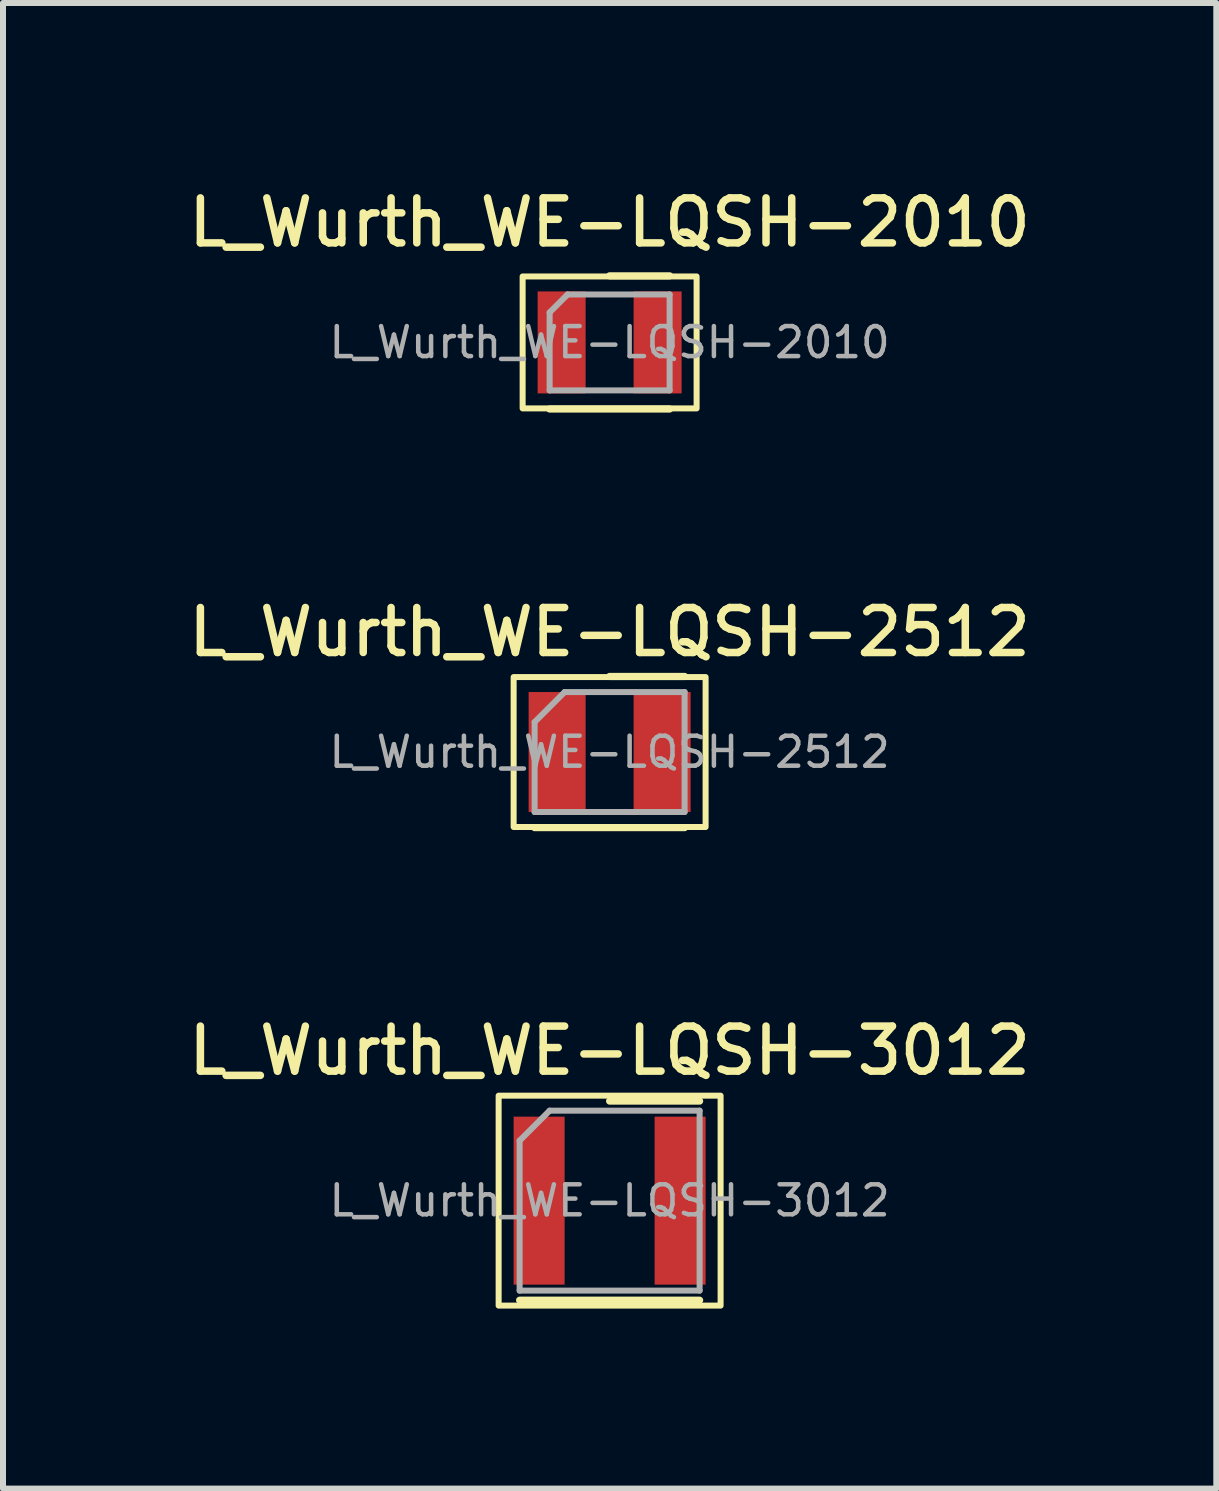
<source format=kicad_pcb>
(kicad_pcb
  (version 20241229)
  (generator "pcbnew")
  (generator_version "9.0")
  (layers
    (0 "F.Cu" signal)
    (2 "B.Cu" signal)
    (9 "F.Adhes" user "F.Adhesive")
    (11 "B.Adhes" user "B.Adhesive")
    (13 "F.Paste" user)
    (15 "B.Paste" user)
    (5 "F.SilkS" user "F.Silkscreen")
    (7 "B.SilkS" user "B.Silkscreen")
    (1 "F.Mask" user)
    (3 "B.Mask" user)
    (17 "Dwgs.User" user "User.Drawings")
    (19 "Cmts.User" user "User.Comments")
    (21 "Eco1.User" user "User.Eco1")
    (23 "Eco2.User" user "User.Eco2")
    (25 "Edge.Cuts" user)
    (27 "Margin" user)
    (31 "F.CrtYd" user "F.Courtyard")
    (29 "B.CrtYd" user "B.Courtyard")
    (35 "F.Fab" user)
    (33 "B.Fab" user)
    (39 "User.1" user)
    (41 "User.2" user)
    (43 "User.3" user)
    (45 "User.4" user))
  (footprint "L_Wurth_WE-LQSH-3012"
    (layer "F.Cu")
    (at 7.112 16.964)
    (property "Reference" "L_Wurth_WE-LQSH-3012" (at 0 -2.5 0) (unlocked yes) (layer "F.SilkS") (effects (font (size 0.75 0.75) (thickness 0.125))))
    (attr smd)
    (fp_line (start -1.5 1.66) (end 1.5 1.66) (stroke (width 0.12) (type solid)) (layer "F.SilkS"))
    (fp_line (start 0 -1.66) (end 1.5 -1.66) (stroke (width 0.12) (type solid)) (layer "F.SilkS"))
    (fp_rect (start -1.85 -1.75) (end 1.85 1.75) (stroke (width 0.1) (type solid)) (fill no) (layer "F.SilkS"))
    (fp_line (start -1.5 -1) (end -1.5 1.5) (stroke (width 0.1) (type solid)) (layer "F.Fab"))
    (fp_line (start -1.5 -1) (end -1 -1.5) (stroke (width 0.1) (type solid)) (layer "F.Fab"))
    (fp_line (start -1.5 1.5) (end 1.5 1.5) (stroke (width 0.1) (type solid)) (layer "F.Fab"))
    (fp_line (start -1 -1.5) (end 1.5 -1.5) (stroke (width 0.1) (type solid)) (layer "F.Fab"))
    (fp_line (start 1.5 -1.5) (end 1.5 1.5) (stroke (width 0.1) (type solid)) (layer "F.Fab"))
    (fp_text user "${REFERENCE}" (at 0 0 0) (unlocked yes) (layer "F.Fab") (effects (font (size 0.5 0.5) (thickness 0.075))))
    (pad "1" smd rect (at -1.175 0) (size 0.85 2.8) (layers "F.Cu" "F.Mask" "F.Paste"))
    (pad "2" smd rect (at 1.175 0) (size 0.85 2.8) (layers "F.Cu" "F.Mask" "F.Paste")))
  (footprint "L_Wurth_WE-LQSH-2010"
    (layer "F.Cu")
    (at 7.112 2.658)
    (property "Reference" "L_Wurth_WE-LQSH-2010" (at 0 -2 0) (unlocked yes) (layer "F.SilkS") (effects (font (size 0.75 0.75) (thickness 0.125))))
    (attr smd)
    (fp_line (start -1 1.11) (end 1 1.11) (stroke (width 0.12) (type solid)) (layer "F.SilkS"))
    (fp_line (start 0 -1.11) (end 1 -1.11) (stroke (width 0.12) (type solid)) (layer "F.SilkS"))
    (fp_rect (start -1.45 -1.1) (end 1.45 1.1) (stroke (width 0.1) (type solid)) (fill no) (layer "F.SilkS"))
    (fp_line (start -1 -0.5) (end -1 0.8) (stroke (width 0.1) (type solid)) (layer "F.Fab"))
    (fp_line (start -1 0.8) (end 1 0.8) (stroke (width 0.1) (type solid)) (layer "F.Fab"))
    (fp_line (start -0.7 -0.8) (end -1 -0.5) (stroke (width 0.1) (type solid)) (layer "F.Fab"))
    (fp_line (start -0.7 -0.8) (end 1 -0.8) (stroke (width 0.1) (type solid)) (layer "F.Fab"))
    (fp_line (start 1 -0.8) (end 1 0.8) (stroke (width 0.1) (type solid)) (layer "F.Fab"))
    (fp_text user "${REFERENCE}" (at 0 0 0) (unlocked yes) (layer "F.Fab") (effects (font (size 0.5 0.5) (thickness 0.075))))
    (pad "1" smd rect (at -0.8 0) (size 0.8 1.7) (layers "F.Cu" "F.Mask" "F.Paste"))
    (pad "2" smd rect (at 0.8 0) (size 0.8 1.7) (layers "F.Cu" "F.Mask" "F.Paste")))
  (footprint "L_Wurth_WE-LQSH-2512"
    (layer "F.Cu")
    (at 7.112 9.486)
    (property "Reference" "L_Wurth_WE-LQSH-2512" (at 0 -2 0) (unlocked yes) (layer "F.SilkS") (effects (font (size 0.75 0.75) (thickness 0.125))))
    (attr smd)
    (fp_line (start -1.25 1.26) (end 1.25 1.26) (stroke (width 0.12) (type solid)) (layer "F.SilkS"))
    (fp_line (start 0 -1.26) (end 1.25 -1.26) (stroke (width 0.12) (type solid)) (layer "F.SilkS"))
    (fp_rect (start -1.6 -1.25) (end 1.6 1.25) (stroke (width 0.1) (type solid)) (fill no) (layer "F.SilkS"))
    (fp_line (start -1.25 -0.5) (end -1.25 1) (stroke (width 0.1) (type solid)) (layer "F.Fab"))
    (fp_line (start -1.25 1) (end 1.25 1) (stroke (width 0.1) (type solid)) (layer "F.Fab"))
    (fp_line (start -0.75 -1) (end -1.25 -0.5) (stroke (width 0.1) (type solid)) (layer "F.Fab"))
    (fp_line (start -0.75 -1) (end 1.25 -1) (stroke (width 0.1) (type solid)) (layer "F.Fab"))
    (fp_line (start 1.25 -1) (end 1.25 1) (stroke (width 0.1) (type solid)) (layer "F.Fab"))
    (fp_text user "${REFERENCE}" (at 0 0 0) (unlocked yes) (layer "F.Fab") (effects (font (size 0.5 0.5) (thickness 0.075))))
    (pad "1" smd rect (at -0.875 0) (size 0.95 2) (layers "F.Cu" "F.Mask" "F.Paste"))
    (pad "2" smd rect (at 0.875 0) (size 0.95 2) (layers "F.Cu" "F.Mask" "F.Paste")))
  (gr_rect
    (start -3 -3)
    (end 17.225 21.764)
    (stroke (width 0.1) (type default))
    (fill no)
    (layer "Edge.Cuts")))
</source>
